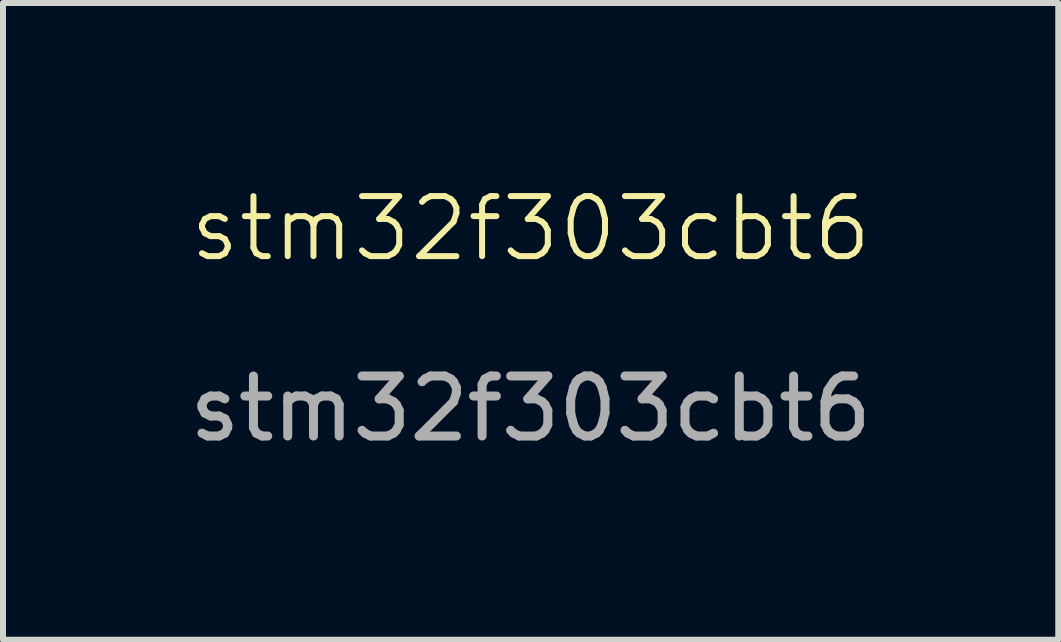
<source format=kicad_pcb>
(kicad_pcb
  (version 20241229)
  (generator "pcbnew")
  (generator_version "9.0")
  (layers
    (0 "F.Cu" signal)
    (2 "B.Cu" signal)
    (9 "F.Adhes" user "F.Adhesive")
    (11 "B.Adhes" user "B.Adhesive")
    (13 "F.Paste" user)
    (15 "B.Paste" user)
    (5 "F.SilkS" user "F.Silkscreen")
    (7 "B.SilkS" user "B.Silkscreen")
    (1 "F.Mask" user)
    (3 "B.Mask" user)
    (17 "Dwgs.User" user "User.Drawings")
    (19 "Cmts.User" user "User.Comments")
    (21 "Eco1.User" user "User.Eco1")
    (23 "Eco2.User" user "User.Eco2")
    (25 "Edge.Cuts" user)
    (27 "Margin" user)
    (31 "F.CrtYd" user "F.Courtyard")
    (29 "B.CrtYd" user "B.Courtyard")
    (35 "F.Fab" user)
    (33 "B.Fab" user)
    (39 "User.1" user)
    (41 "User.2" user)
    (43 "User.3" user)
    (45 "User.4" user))
  (footprint "stm32f303cbt6"
    (layer "F.Cu")
    (at 5.792 1.26)
    (property "Reference" "stm32f303cbt6" (at 0 -0.5 0) (unlocked yes) (layer "F.SilkS") (effects (font (size 1 1) (thickness 0.1))))
    (attr smd)
    (fp_text user "${REFERENCE}" (at 0 2.5 0) (unlocked yes) (layer "F.Fab") (effects (font (size 1 1) (thickness 0.15)))))
  (gr_rect
    (start -3 -3)
    (end 14.583 7.609)
    (stroke (width 0.1) (type default))
    (fill no)
    (layer "Edge.Cuts")))
</source>
